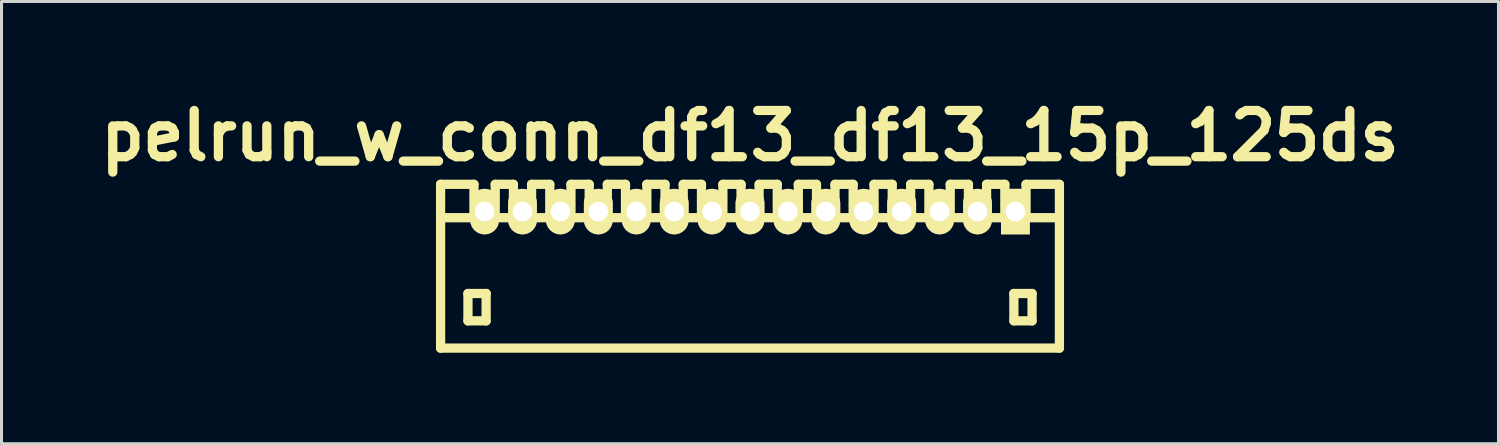
<source format=kicad_pcb>
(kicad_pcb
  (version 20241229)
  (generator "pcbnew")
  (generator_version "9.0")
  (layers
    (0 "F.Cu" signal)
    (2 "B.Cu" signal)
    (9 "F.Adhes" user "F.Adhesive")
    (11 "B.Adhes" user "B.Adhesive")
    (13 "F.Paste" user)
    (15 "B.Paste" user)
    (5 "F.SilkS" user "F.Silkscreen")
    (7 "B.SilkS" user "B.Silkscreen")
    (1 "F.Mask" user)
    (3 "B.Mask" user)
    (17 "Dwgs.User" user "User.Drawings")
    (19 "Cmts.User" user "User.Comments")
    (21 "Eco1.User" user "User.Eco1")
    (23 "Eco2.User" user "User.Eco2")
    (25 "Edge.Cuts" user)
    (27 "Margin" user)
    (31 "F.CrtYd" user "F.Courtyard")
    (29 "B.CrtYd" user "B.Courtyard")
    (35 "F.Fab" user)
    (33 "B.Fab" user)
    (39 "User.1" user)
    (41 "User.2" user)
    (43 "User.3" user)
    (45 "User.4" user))
  (footprint "pelrun_w_conn_df13_df13_15p_125ds"
    (layer "F.Cu")
    (at 21.677 5.727)
    (property "Reference" "pelrun_w_conn_df13_df13_15p_125ds" (at 0 -4.3 0) (layer "F.SilkS") (effects (font (size 1.524 1.524) (thickness 0.305))))
    (attr through_hole)
    (fp_line (start -10.201 2.7) (end -10.201 -2.7) (stroke (width 0.305) (type solid)) (layer "F.SilkS"))
    (fp_line (start -10.201 2.7) (end 10.201 2.7) (stroke (width 0.305) (type solid)) (layer "F.SilkS"))
    (fp_line (start -9.299 0.899) (end -9.299 1.801) (stroke (width 0.305) (type solid)) (layer "F.SilkS"))
    (fp_line (start -9.299 1.801) (end -8.7 1.801) (stroke (width 0.305) (type solid)) (layer "F.SilkS"))
    (fp_line (start -9.101 -2.7) (end -10.201 -2.7) (stroke (width 0.305) (type solid)) (layer "F.SilkS"))
    (fp_line (start -9.101 -1.6) (end -9.101 -2.7) (stroke (width 0.305) (type solid)) (layer "F.SilkS"))
    (fp_line (start -8.7 0.899) (end -9.299 0.899) (stroke (width 0.305) (type solid)) (layer "F.SilkS"))
    (fp_line (start -8.7 1.801) (end -8.7 0.899) (stroke (width 0.305) (type solid)) (layer "F.SilkS"))
    (fp_line (start -8.4 -2.7) (end -8.4 -1.6) (stroke (width 0.305) (type solid)) (layer "F.SilkS"))
    (fp_line (start -7.8 -2.7) (end -8.4 -2.7) (stroke (width 0.305) (type solid)) (layer "F.SilkS"))
    (fp_line (start -7.8 -1.6) (end -7.8 -2.7) (stroke (width 0.305) (type solid)) (layer "F.SilkS"))
    (fp_line (start -7.201 -2.7) (end -7.201 -1.6) (stroke (width 0.305) (type solid)) (layer "F.SilkS"))
    (fp_line (start -6.601 -2.7) (end -7.201 -2.7) (stroke (width 0.305) (type solid)) (layer "F.SilkS"))
    (fp_line (start -6.601 -1.6) (end -6.601 -2.7) (stroke (width 0.305) (type solid)) (layer "F.SilkS"))
    (fp_line (start -5.903 -2.7) (end -5.903 -1.6) (stroke (width 0.305) (type solid)) (layer "F.SilkS"))
    (fp_line (start -5.301 -2.7) (end -5.903 -2.7) (stroke (width 0.305) (type solid)) (layer "F.SilkS"))
    (fp_line (start -5.301 -1.6) (end -5.301 -2.7) (stroke (width 0.305) (type solid)) (layer "F.SilkS"))
    (fp_line (start -4.704 -2.7) (end -4.704 -1.6) (stroke (width 0.305) (type solid)) (layer "F.SilkS"))
    (fp_line (start -4.105 -2.7) (end -4.704 -2.7) (stroke (width 0.305) (type solid)) (layer "F.SilkS"))
    (fp_line (start -4.105 -1.6) (end -4.105 -2.7) (stroke (width 0.305) (type solid)) (layer "F.SilkS"))
    (fp_line (start -3.401 -2.7) (end -3.401 -1.6) (stroke (width 0.305) (type solid)) (layer "F.SilkS"))
    (fp_line (start -2.802 -2.7) (end -3.401 -2.7) (stroke (width 0.305) (type solid)) (layer "F.SilkS"))
    (fp_line (start -2.802 -1.6) (end -2.802 -2.7) (stroke (width 0.305) (type solid)) (layer "F.SilkS"))
    (fp_line (start -2.202 -2.7) (end -2.202 -1.6) (stroke (width 0.305) (type solid)) (layer "F.SilkS"))
    (fp_line (start -1.6 -2.7) (end -2.202 -2.7) (stroke (width 0.305) (type solid)) (layer "F.SilkS"))
    (fp_line (start -1.6 -2.7) (end -1.6 -1.6) (stroke (width 0.305) (type solid)) (layer "F.SilkS"))
    (fp_line (start -0.894 -2.7) (end -0.894 -1.6) (stroke (width 0.305) (type solid)) (layer "F.SilkS"))
    (fp_line (start -0.295 -2.7) (end -0.894 -2.7) (stroke (width 0.305) (type solid)) (layer "F.SilkS"))
    (fp_line (start -0.295 -2.7) (end -0.295 -1.6) (stroke (width 0.305) (type solid)) (layer "F.SilkS"))
    (fp_line (start 0.3 -2.7) (end 0.3 -1.6) (stroke (width 0.305) (type solid)) (layer "F.SilkS"))
    (fp_line (start 0.899 -2.7) (end 0.3 -2.7) (stroke (width 0.305) (type solid)) (layer "F.SilkS"))
    (fp_line (start 0.899 -1.6) (end 0.899 -2.7) (stroke (width 0.305) (type solid)) (layer "F.SilkS"))
    (fp_line (start 1.593 -1.6) (end 1.593 -2.7) (stroke (width 0.305) (type solid)) (layer "F.SilkS"))
    (fp_line (start 2.192 -2.7) (end 1.593 -2.7) (stroke (width 0.305) (type solid)) (layer "F.SilkS"))
    (fp_line (start 2.192 -1.6) (end 2.192 -2.7) (stroke (width 0.305) (type solid)) (layer "F.SilkS"))
    (fp_line (start 2.802 -2.7) (end 3.401 -2.7) (stroke (width 0.305) (type solid)) (layer "F.SilkS"))
    (fp_line (start 2.802 -1.6) (end 2.802 -2.7) (stroke (width 0.305) (type solid)) (layer "F.SilkS"))
    (fp_line (start 3.401 -2.7) (end 3.401 -1.6) (stroke (width 0.305) (type solid)) (layer "F.SilkS"))
    (fp_line (start 4.089 -2.7) (end 4.689 -2.7) (stroke (width 0.305) (type solid)) (layer "F.SilkS"))
    (fp_line (start 4.089 -1.6) (end 4.089 -2.7) (stroke (width 0.305) (type solid)) (layer "F.SilkS"))
    (fp_line (start 4.689 -2.7) (end 4.689 -1.6) (stroke (width 0.305) (type solid)) (layer "F.SilkS"))
    (fp_line (start 5.296 -2.7) (end 5.898 -2.7) (stroke (width 0.305) (type solid)) (layer "F.SilkS"))
    (fp_line (start 5.296 -1.6) (end 5.296 -2.7) (stroke (width 0.305) (type solid)) (layer "F.SilkS"))
    (fp_line (start 5.898 -2.7) (end 5.898 -1.6) (stroke (width 0.305) (type solid)) (layer "F.SilkS"))
    (fp_line (start 6.601 -2.7) (end 7.201 -2.7) (stroke (width 0.305) (type solid)) (layer "F.SilkS"))
    (fp_line (start 6.601 -1.6) (end 6.601 -2.7) (stroke (width 0.305) (type solid)) (layer "F.SilkS"))
    (fp_line (start 7.201 -2.7) (end 7.201 -1.6) (stroke (width 0.305) (type solid)) (layer "F.SilkS"))
    (fp_line (start 7.8 -2.7) (end 8.402 -2.7) (stroke (width 0.305) (type solid)) (layer "F.SilkS"))
    (fp_line (start 7.8 -1.6) (end 7.8 -2.7) (stroke (width 0.305) (type solid)) (layer "F.SilkS"))
    (fp_line (start 8.402 -2.7) (end 8.402 -1.6) (stroke (width 0.305) (type solid)) (layer "F.SilkS"))
    (fp_line (start 8.7 0.899) (end 9.299 0.899) (stroke (width 0.305) (type solid)) (layer "F.SilkS"))
    (fp_line (start 8.7 1.801) (end 8.7 0.899) (stroke (width 0.305) (type solid)) (layer "F.SilkS"))
    (fp_line (start 9.101 -1.6) (end 9.101 -2.7) (stroke (width 0.305) (type solid)) (layer "F.SilkS"))
    (fp_line (start 9.299 0.899) (end 9.299 1.801) (stroke (width 0.305) (type solid)) (layer "F.SilkS"))
    (fp_line (start 9.299 1.801) (end 8.7 1.801) (stroke (width 0.305) (type solid)) (layer "F.SilkS"))
    (fp_line (start 10.201 -2.7) (end 9.101 -2.7) (stroke (width 0.305) (type solid)) (layer "F.SilkS"))
    (fp_line (start 10.201 -1.6) (end -10.201 -1.6) (stroke (width 0.305) (type solid)) (layer "F.SilkS"))
    (fp_line (start 10.201 2.7) (end 10.201 -2.7) (stroke (width 0.305) (type solid)) (layer "F.SilkS"))
    (pad "1" thru_hole rect (at 8.75 -1.801) (size 0.95 1.499) (drill 0.648) (layers "*.Cu" "*.Mask" "F.SilkS"))
    (pad "2" thru_hole oval (at 7.501 -1.801) (size 0.95 1.499) (drill 0.648) (layers "*.Cu" "*.Mask" "F.SilkS"))
    (pad "3" thru_hole oval (at 6.251 -1.801) (size 0.95 1.499) (drill 0.648) (layers "*.Cu" "*.Mask" "F.SilkS"))
    (pad "4" thru_hole oval (at 5.001 -1.801) (size 0.95 1.499) (drill 0.648) (layers "*.Cu" "*.Mask" "F.SilkS"))
    (pad "5" thru_hole oval (at 3.749 -1.801) (size 0.95 1.499) (drill 0.648) (layers "*.Cu" "*.Mask" "F.SilkS"))
    (pad "6" thru_hole oval (at 2.499 -1.801) (size 0.95 1.499) (drill 0.648) (layers "*.Cu" "*.Mask" "F.SilkS"))
    (pad "7" thru_hole oval (at 1.25 -1.801) (size 0.95 1.499) (drill 0.648) (layers "*.Cu" "*.Mask" "F.SilkS"))
    (pad "8" thru_hole oval (at 0 -1.801) (size 0.95 1.499) (drill 0.648) (layers "*.Cu" "*.Mask" "F.SilkS"))
    (pad "9" thru_hole oval (at -1.25 -1.801) (size 0.95 1.499) (drill 0.648) (layers "*.Cu" "*.Mask" "F.SilkS"))
    (pad "10" thru_hole oval (at -2.499 -1.801) (size 0.95 1.499) (drill 0.648) (layers "*.Cu" "*.Mask" "F.SilkS"))
    (pad "11" thru_hole oval (at -3.749 -1.801) (size 0.95 1.499) (drill 0.648) (layers "*.Cu" "*.Mask" "F.SilkS"))
    (pad "12" thru_hole oval (at -5.001 -1.801) (size 0.95 1.499) (drill 0.648) (layers "*.Cu" "*.Mask" "F.SilkS"))
    (pad "13" thru_hole oval (at -6.251 -1.801) (size 0.95 1.499) (drill 0.648) (layers "*.Cu" "*.Mask" "F.SilkS"))
    (pad "14" thru_hole oval (at -7.501 -1.801) (size 0.95 1.499) (drill 0.648) (layers "*.Cu" "*.Mask" "F.SilkS"))
    (pad "15" thru_hole oval (at -8.75 -1.801) (size 0.95 1.499) (drill 0.648) (layers "*.Cu" "*.Mask" "F.SilkS")))
  (gr_rect
    (start -3 -3)
    (end 46.354 11.579)
    (stroke (width 0.1) (type default))
    (fill no)
    (layer "Edge.Cuts")))
</source>
